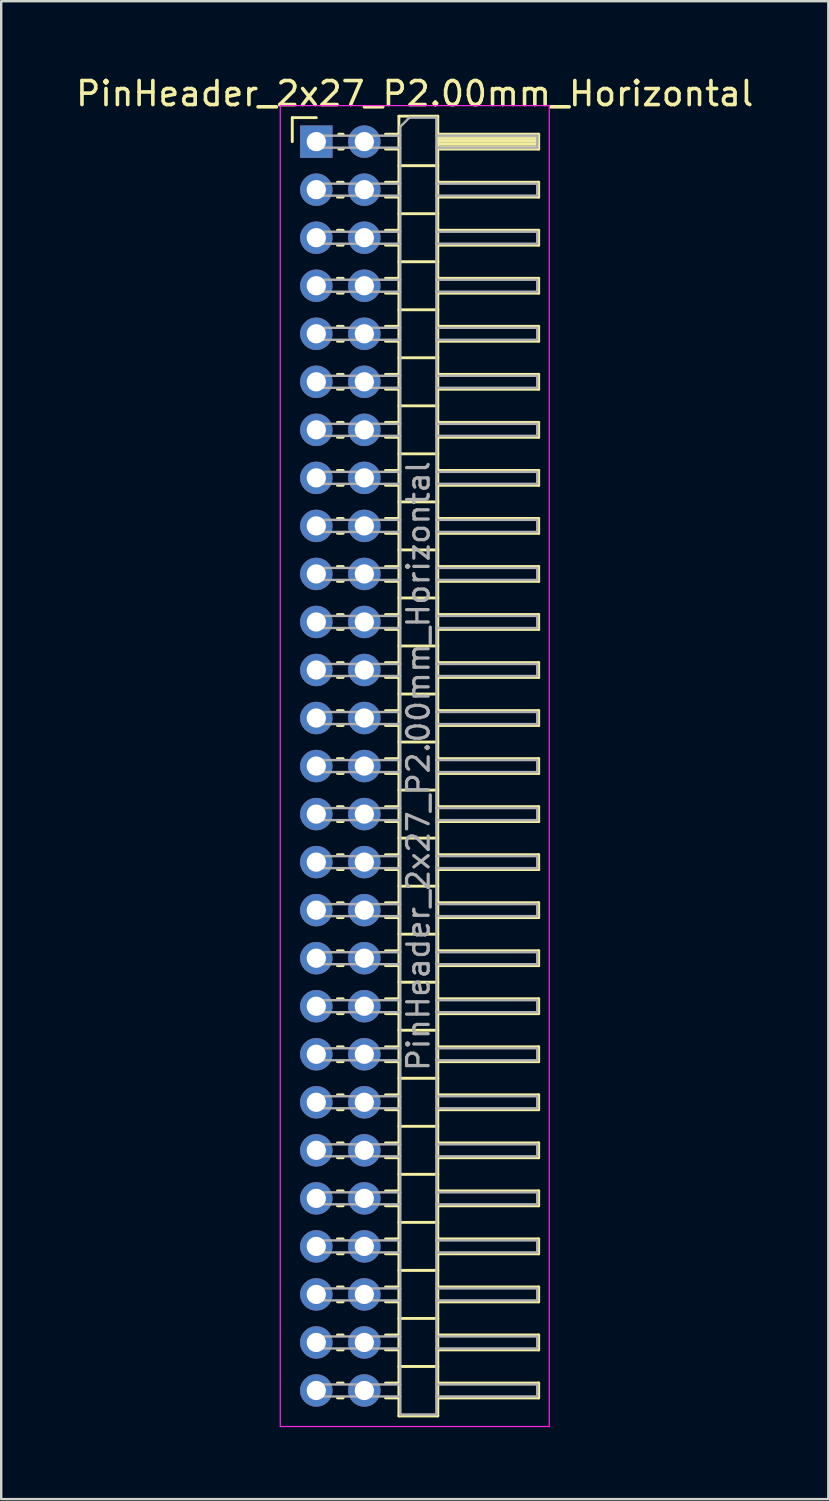
<source format=kicad_pcb>
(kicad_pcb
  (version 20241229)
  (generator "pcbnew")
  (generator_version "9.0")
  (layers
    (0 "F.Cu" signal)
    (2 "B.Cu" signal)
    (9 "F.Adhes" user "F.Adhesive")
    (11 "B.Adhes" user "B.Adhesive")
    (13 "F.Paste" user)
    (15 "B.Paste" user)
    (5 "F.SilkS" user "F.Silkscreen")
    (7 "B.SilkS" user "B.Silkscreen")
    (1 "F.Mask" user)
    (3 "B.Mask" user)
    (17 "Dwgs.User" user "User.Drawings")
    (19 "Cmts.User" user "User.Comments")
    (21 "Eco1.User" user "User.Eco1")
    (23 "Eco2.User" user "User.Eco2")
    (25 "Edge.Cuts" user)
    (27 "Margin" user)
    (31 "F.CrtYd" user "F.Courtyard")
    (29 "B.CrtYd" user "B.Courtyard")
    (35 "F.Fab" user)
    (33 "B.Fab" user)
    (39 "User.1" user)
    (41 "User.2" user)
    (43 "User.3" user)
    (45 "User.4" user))
  (footprint "PinHeader_2x27_P2.00mm_Horizontal"
    (layer "F.Cu")
    (at 10.12 2.848)
    (property "Reference" "PinHeader_2x27_P2.00mm_Horizontal" (at 4.1 -2 0) (layer "F.SilkS") (effects (font (size 1 1) (thickness 0.15))))
    (attr through_hole)
    (fp_line (start -1 -1) (end 0 -1) (stroke (width 0.12) (type solid)) (layer "F.SilkS"))
    (fp_line (start -1 0) (end -1 -1) (stroke (width 0.12) (type solid)) (layer "F.SilkS"))
    (fp_line (start 0.882 1.69) (end 1.118 1.69) (stroke (width 0.12) (type solid)) (layer "F.SilkS"))
    (fp_line (start 0.882 2.31) (end 1.118 2.31) (stroke (width 0.12) (type solid)) (layer "F.SilkS"))
    (fp_line (start 0.882 3.69) (end 1.118 3.69) (stroke (width 0.12) (type solid)) (layer "F.SilkS"))
    (fp_line (start 0.882 4.31) (end 1.118 4.31) (stroke (width 0.12) (type solid)) (layer "F.SilkS"))
    (fp_line (start 0.882 5.69) (end 1.118 5.69) (stroke (width 0.12) (type solid)) (layer "F.SilkS"))
    (fp_line (start 0.882 6.31) (end 1.118 6.31) (stroke (width 0.12) (type solid)) (layer "F.SilkS"))
    (fp_line (start 0.882 7.69) (end 1.118 7.69) (stroke (width 0.12) (type solid)) (layer "F.SilkS"))
    (fp_line (start 0.882 8.31) (end 1.118 8.31) (stroke (width 0.12) (type solid)) (layer "F.SilkS"))
    (fp_line (start 0.882 9.69) (end 1.118 9.69) (stroke (width 0.12) (type solid)) (layer "F.SilkS"))
    (fp_line (start 0.882 10.31) (end 1.118 10.31) (stroke (width 0.12) (type solid)) (layer "F.SilkS"))
    (fp_line (start 0.882 11.69) (end 1.118 11.69) (stroke (width 0.12) (type solid)) (layer "F.SilkS"))
    (fp_line (start 0.882 12.31) (end 1.118 12.31) (stroke (width 0.12) (type solid)) (layer "F.SilkS"))
    (fp_line (start 0.882 13.69) (end 1.118 13.69) (stroke (width 0.12) (type solid)) (layer "F.SilkS"))
    (fp_line (start 0.882 14.31) (end 1.118 14.31) (stroke (width 0.12) (type solid)) (layer "F.SilkS"))
    (fp_line (start 0.882 15.69) (end 1.118 15.69) (stroke (width 0.12) (type solid)) (layer "F.SilkS"))
    (fp_line (start 0.882 16.31) (end 1.118 16.31) (stroke (width 0.12) (type solid)) (layer "F.SilkS"))
    (fp_line (start 0.882 17.69) (end 1.118 17.69) (stroke (width 0.12) (type solid)) (layer "F.SilkS"))
    (fp_line (start 0.882 18.31) (end 1.118 18.31) (stroke (width 0.12) (type solid)) (layer "F.SilkS"))
    (fp_line (start 0.882 19.69) (end 1.118 19.69) (stroke (width 0.12) (type solid)) (layer "F.SilkS"))
    (fp_line (start 0.882 20.31) (end 1.118 20.31) (stroke (width 0.12) (type solid)) (layer "F.SilkS"))
    (fp_line (start 0.882 21.69) (end 1.118 21.69) (stroke (width 0.12) (type solid)) (layer "F.SilkS"))
    (fp_line (start 0.882 22.31) (end 1.118 22.31) (stroke (width 0.12) (type solid)) (layer "F.SilkS"))
    (fp_line (start 0.882 23.69) (end 1.118 23.69) (stroke (width 0.12) (type solid)) (layer "F.SilkS"))
    (fp_line (start 0.882 24.31) (end 1.118 24.31) (stroke (width 0.12) (type solid)) (layer "F.SilkS"))
    (fp_line (start 0.882 25.69) (end 1.118 25.69) (stroke (width 0.12) (type solid)) (layer "F.SilkS"))
    (fp_line (start 0.882 26.31) (end 1.118 26.31) (stroke (width 0.12) (type solid)) (layer "F.SilkS"))
    (fp_line (start 0.882 27.69) (end 1.118 27.69) (stroke (width 0.12) (type solid)) (layer "F.SilkS"))
    (fp_line (start 0.882 28.31) (end 1.118 28.31) (stroke (width 0.12) (type solid)) (layer "F.SilkS"))
    (fp_line (start 0.882 29.69) (end 1.118 29.69) (stroke (width 0.12) (type solid)) (layer "F.SilkS"))
    (fp_line (start 0.882 30.31) (end 1.118 30.31) (stroke (width 0.12) (type solid)) (layer "F.SilkS"))
    (fp_line (start 0.882 31.69) (end 1.118 31.69) (stroke (width 0.12) (type solid)) (layer "F.SilkS"))
    (fp_line (start 0.882 32.31) (end 1.118 32.31) (stroke (width 0.12) (type solid)) (layer "F.SilkS"))
    (fp_line (start 0.882 33.69) (end 1.118 33.69) (stroke (width 0.12) (type solid)) (layer "F.SilkS"))
    (fp_line (start 0.882 34.31) (end 1.118 34.31) (stroke (width 0.12) (type solid)) (layer "F.SilkS"))
    (fp_line (start 0.882 35.69) (end 1.118 35.69) (stroke (width 0.12) (type solid)) (layer "F.SilkS"))
    (fp_line (start 0.882 36.31) (end 1.118 36.31) (stroke (width 0.12) (type solid)) (layer "F.SilkS"))
    (fp_line (start 0.882 37.69) (end 1.118 37.69) (stroke (width 0.12) (type solid)) (layer "F.SilkS"))
    (fp_line (start 0.882 38.31) (end 1.118 38.31) (stroke (width 0.12) (type solid)) (layer "F.SilkS"))
    (fp_line (start 0.882 39.69) (end 1.118 39.69) (stroke (width 0.12) (type solid)) (layer "F.SilkS"))
    (fp_line (start 0.882 40.31) (end 1.118 40.31) (stroke (width 0.12) (type solid)) (layer "F.SilkS"))
    (fp_line (start 0.882 41.69) (end 1.118 41.69) (stroke (width 0.12) (type solid)) (layer "F.SilkS"))
    (fp_line (start 0.882 42.31) (end 1.118 42.31) (stroke (width 0.12) (type solid)) (layer "F.SilkS"))
    (fp_line (start 0.882 43.69) (end 1.118 43.69) (stroke (width 0.12) (type solid)) (layer "F.SilkS"))
    (fp_line (start 0.882 44.31) (end 1.118 44.31) (stroke (width 0.12) (type solid)) (layer "F.SilkS"))
    (fp_line (start 0.882 45.69) (end 1.118 45.69) (stroke (width 0.12) (type solid)) (layer "F.SilkS"))
    (fp_line (start 0.882 46.31) (end 1.118 46.31) (stroke (width 0.12) (type solid)) (layer "F.SilkS"))
    (fp_line (start 0.882 47.69) (end 1.118 47.69) (stroke (width 0.12) (type solid)) (layer "F.SilkS"))
    (fp_line (start 0.882 48.31) (end 1.118 48.31) (stroke (width 0.12) (type solid)) (layer "F.SilkS"))
    (fp_line (start 0.882 49.69) (end 1.118 49.69) (stroke (width 0.12) (type solid)) (layer "F.SilkS"))
    (fp_line (start 0.882 50.31) (end 1.118 50.31) (stroke (width 0.12) (type solid)) (layer "F.SilkS"))
    (fp_line (start 0.882 51.69) (end 1.118 51.69) (stroke (width 0.12) (type solid)) (layer "F.SilkS"))
    (fp_line (start 0.882 52.31) (end 1.118 52.31) (stroke (width 0.12) (type solid)) (layer "F.SilkS"))
    (fp_line (start 0.935 -0.31) (end 1.118 -0.31) (stroke (width 0.12) (type solid)) (layer "F.SilkS"))
    (fp_line (start 0.935 0.31) (end 1.118 0.31) (stroke (width 0.12) (type solid)) (layer "F.SilkS"))
    (fp_line (start 2.882 -0.31) (end 3.44 -0.31) (stroke (width 0.12) (type solid)) (layer "F.SilkS"))
    (fp_line (start 2.882 0.31) (end 3.44 0.31) (stroke (width 0.12) (type solid)) (layer "F.SilkS"))
    (fp_line (start 2.882 1.69) (end 3.44 1.69) (stroke (width 0.12) (type solid)) (layer "F.SilkS"))
    (fp_line (start 2.882 2.31) (end 3.44 2.31) (stroke (width 0.12) (type solid)) (layer "F.SilkS"))
    (fp_line (start 2.882 3.69) (end 3.44 3.69) (stroke (width 0.12) (type solid)) (layer "F.SilkS"))
    (fp_line (start 2.882 4.31) (end 3.44 4.31) (stroke (width 0.12) (type solid)) (layer "F.SilkS"))
    (fp_line (start 2.882 5.69) (end 3.44 5.69) (stroke (width 0.12) (type solid)) (layer "F.SilkS"))
    (fp_line (start 2.882 6.31) (end 3.44 6.31) (stroke (width 0.12) (type solid)) (layer "F.SilkS"))
    (fp_line (start 2.882 7.69) (end 3.44 7.69) (stroke (width 0.12) (type solid)) (layer "F.SilkS"))
    (fp_line (start 2.882 8.31) (end 3.44 8.31) (stroke (width 0.12) (type solid)) (layer "F.SilkS"))
    (fp_line (start 2.882 9.69) (end 3.44 9.69) (stroke (width 0.12) (type solid)) (layer "F.SilkS"))
    (fp_line (start 2.882 10.31) (end 3.44 10.31) (stroke (width 0.12) (type solid)) (layer "F.SilkS"))
    (fp_line (start 2.882 11.69) (end 3.44 11.69) (stroke (width 0.12) (type solid)) (layer "F.SilkS"))
    (fp_line (start 2.882 12.31) (end 3.44 12.31) (stroke (width 0.12) (type solid)) (layer "F.SilkS"))
    (fp_line (start 2.882 13.69) (end 3.44 13.69) (stroke (width 0.12) (type solid)) (layer "F.SilkS"))
    (fp_line (start 2.882 14.31) (end 3.44 14.31) (stroke (width 0.12) (type solid)) (layer "F.SilkS"))
    (fp_line (start 2.882 15.69) (end 3.44 15.69) (stroke (width 0.12) (type solid)) (layer "F.SilkS"))
    (fp_line (start 2.882 16.31) (end 3.44 16.31) (stroke (width 0.12) (type solid)) (layer "F.SilkS"))
    (fp_line (start 2.882 17.69) (end 3.44 17.69) (stroke (width 0.12) (type solid)) (layer "F.SilkS"))
    (fp_line (start 2.882 18.31) (end 3.44 18.31) (stroke (width 0.12) (type solid)) (layer "F.SilkS"))
    (fp_line (start 2.882 19.69) (end 3.44 19.69) (stroke (width 0.12) (type solid)) (layer "F.SilkS"))
    (fp_line (start 2.882 20.31) (end 3.44 20.31) (stroke (width 0.12) (type solid)) (layer "F.SilkS"))
    (fp_line (start 2.882 21.69) (end 3.44 21.69) (stroke (width 0.12) (type solid)) (layer "F.SilkS"))
    (fp_line (start 2.882 22.31) (end 3.44 22.31) (stroke (width 0.12) (type solid)) (layer "F.SilkS"))
    (fp_line (start 2.882 23.69) (end 3.44 23.69) (stroke (width 0.12) (type solid)) (layer "F.SilkS"))
    (fp_line (start 2.882 24.31) (end 3.44 24.31) (stroke (width 0.12) (type solid)) (layer "F.SilkS"))
    (fp_line (start 2.882 25.69) (end 3.44 25.69) (stroke (width 0.12) (type solid)) (layer "F.SilkS"))
    (fp_line (start 2.882 26.31) (end 3.44 26.31) (stroke (width 0.12) (type solid)) (layer "F.SilkS"))
    (fp_line (start 2.882 27.69) (end 3.44 27.69) (stroke (width 0.12) (type solid)) (layer "F.SilkS"))
    (fp_line (start 2.882 28.31) (end 3.44 28.31) (stroke (width 0.12) (type solid)) (layer "F.SilkS"))
    (fp_line (start 2.882 29.69) (end 3.44 29.69) (stroke (width 0.12) (type solid)) (layer "F.SilkS"))
    (fp_line (start 2.882 30.31) (end 3.44 30.31) (stroke (width 0.12) (type solid)) (layer "F.SilkS"))
    (fp_line (start 2.882 31.69) (end 3.44 31.69) (stroke (width 0.12) (type solid)) (layer "F.SilkS"))
    (fp_line (start 2.882 32.31) (end 3.44 32.31) (stroke (width 0.12) (type solid)) (layer "F.SilkS"))
    (fp_line (start 2.882 33.69) (end 3.44 33.69) (stroke (width 0.12) (type solid)) (layer "F.SilkS"))
    (fp_line (start 2.882 34.31) (end 3.44 34.31) (stroke (width 0.12) (type solid)) (layer "F.SilkS"))
    (fp_line (start 2.882 35.69) (end 3.44 35.69) (stroke (width 0.12) (type solid)) (layer "F.SilkS"))
    (fp_line (start 2.882 36.31) (end 3.44 36.31) (stroke (width 0.12) (type solid)) (layer "F.SilkS"))
    (fp_line (start 2.882 37.69) (end 3.44 37.69) (stroke (width 0.12) (type solid)) (layer "F.SilkS"))
    (fp_line (start 2.882 38.31) (end 3.44 38.31) (stroke (width 0.12) (type solid)) (layer "F.SilkS"))
    (fp_line (start 2.882 39.69) (end 3.44 39.69) (stroke (width 0.12) (type solid)) (layer "F.SilkS"))
    (fp_line (start 2.882 40.31) (end 3.44 40.31) (stroke (width 0.12) (type solid)) (layer "F.SilkS"))
    (fp_line (start 2.882 41.69) (end 3.44 41.69) (stroke (width 0.12) (type solid)) (layer "F.SilkS"))
    (fp_line (start 2.882 42.31) (end 3.44 42.31) (stroke (width 0.12) (type solid)) (layer "F.SilkS"))
    (fp_line (start 2.882 43.69) (end 3.44 43.69) (stroke (width 0.12) (type solid)) (layer "F.SilkS"))
    (fp_line (start 2.882 44.31) (end 3.44 44.31) (stroke (width 0.12) (type solid)) (layer "F.SilkS"))
    (fp_line (start 2.882 45.69) (end 3.44 45.69) (stroke (width 0.12) (type solid)) (layer "F.SilkS"))
    (fp_line (start 2.882 46.31) (end 3.44 46.31) (stroke (width 0.12) (type solid)) (layer "F.SilkS"))
    (fp_line (start 2.882 47.69) (end 3.44 47.69) (stroke (width 0.12) (type solid)) (layer "F.SilkS"))
    (fp_line (start 2.882 48.31) (end 3.44 48.31) (stroke (width 0.12) (type solid)) (layer "F.SilkS"))
    (fp_line (start 2.882 49.69) (end 3.44 49.69) (stroke (width 0.12) (type solid)) (layer "F.SilkS"))
    (fp_line (start 2.882 50.31) (end 3.44 50.31) (stroke (width 0.12) (type solid)) (layer "F.SilkS"))
    (fp_line (start 2.882 51.69) (end 3.44 51.69) (stroke (width 0.12) (type solid)) (layer "F.SilkS"))
    (fp_line (start 2.882 52.31) (end 3.44 52.31) (stroke (width 0.12) (type solid)) (layer "F.SilkS"))
    (fp_line (start 3.44 -1.06) (end 3.44 53.06) (stroke (width 0.12) (type solid)) (layer "F.SilkS"))
    (fp_line (start 3.44 1) (end 5.06 1) (stroke (width 0.12) (type solid)) (layer "F.SilkS"))
    (fp_line (start 3.44 3) (end 5.06 3) (stroke (width 0.12) (type solid)) (layer "F.SilkS"))
    (fp_line (start 3.44 5) (end 5.06 5) (stroke (width 0.12) (type solid)) (layer "F.SilkS"))
    (fp_line (start 3.44 7) (end 5.06 7) (stroke (width 0.12) (type solid)) (layer "F.SilkS"))
    (fp_line (start 3.44 9) (end 5.06 9) (stroke (width 0.12) (type solid)) (layer "F.SilkS"))
    (fp_line (start 3.44 11) (end 5.06 11) (stroke (width 0.12) (type solid)) (layer "F.SilkS"))
    (fp_line (start 3.44 13) (end 5.06 13) (stroke (width 0.12) (type solid)) (layer "F.SilkS"))
    (fp_line (start 3.44 15) (end 5.06 15) (stroke (width 0.12) (type solid)) (layer "F.SilkS"))
    (fp_line (start 3.44 17) (end 5.06 17) (stroke (width 0.12) (type solid)) (layer "F.SilkS"))
    (fp_line (start 3.44 19) (end 5.06 19) (stroke (width 0.12) (type solid)) (layer "F.SilkS"))
    (fp_line (start 3.44 21) (end 5.06 21) (stroke (width 0.12) (type solid)) (layer "F.SilkS"))
    (fp_line (start 3.44 23) (end 5.06 23) (stroke (width 0.12) (type solid)) (layer "F.SilkS"))
    (fp_line (start 3.44 25) (end 5.06 25) (stroke (width 0.12) (type solid)) (layer "F.SilkS"))
    (fp_line (start 3.44 27) (end 5.06 27) (stroke (width 0.12) (type solid)) (layer "F.SilkS"))
    (fp_line (start 3.44 29) (end 5.06 29) (stroke (width 0.12) (type solid)) (layer "F.SilkS"))
    (fp_line (start 3.44 31) (end 5.06 31) (stroke (width 0.12) (type solid)) (layer "F.SilkS"))
    (fp_line (start 3.44 33) (end 5.06 33) (stroke (width 0.12) (type solid)) (layer "F.SilkS"))
    (fp_line (start 3.44 35) (end 5.06 35) (stroke (width 0.12) (type solid)) (layer "F.SilkS"))
    (fp_line (start 3.44 37) (end 5.06 37) (stroke (width 0.12) (type solid)) (layer "F.SilkS"))
    (fp_line (start 3.44 39) (end 5.06 39) (stroke (width 0.12) (type solid)) (layer "F.SilkS"))
    (fp_line (start 3.44 41) (end 5.06 41) (stroke (width 0.12) (type solid)) (layer "F.SilkS"))
    (fp_line (start 3.44 43) (end 5.06 43) (stroke (width 0.12) (type solid)) (layer "F.SilkS"))
    (fp_line (start 3.44 45) (end 5.06 45) (stroke (width 0.12) (type solid)) (layer "F.SilkS"))
    (fp_line (start 3.44 47) (end 5.06 47) (stroke (width 0.12) (type solid)) (layer "F.SilkS"))
    (fp_line (start 3.44 49) (end 5.06 49) (stroke (width 0.12) (type solid)) (layer "F.SilkS"))
    (fp_line (start 3.44 51) (end 5.06 51) (stroke (width 0.12) (type solid)) (layer "F.SilkS"))
    (fp_line (start 3.44 53.06) (end 5.06 53.06) (stroke (width 0.12) (type solid)) (layer "F.SilkS"))
    (fp_line (start 5.06 -1.06) (end 3.44 -1.06) (stroke (width 0.12) (type solid)) (layer "F.SilkS"))
    (fp_line (start 5.06 -0.31) (end 9.26 -0.31) (stroke (width 0.12) (type solid)) (layer "F.SilkS"))
    (fp_line (start 5.06 -0.25) (end 9.26 -0.25) (stroke (width 0.12) (type solid)) (layer "F.SilkS"))
    (fp_line (start 5.06 -0.13) (end 9.26 -0.13) (stroke (width 0.12) (type solid)) (layer "F.SilkS"))
    (fp_line (start 5.06 -0.01) (end 9.26 -0.01) (stroke (width 0.12) (type solid)) (layer "F.SilkS"))
    (fp_line (start 5.06 0.11) (end 9.26 0.11) (stroke (width 0.12) (type solid)) (layer "F.SilkS"))
    (fp_line (start 5.06 0.23) (end 9.26 0.23) (stroke (width 0.12) (type solid)) (layer "F.SilkS"))
    (fp_line (start 5.06 1.69) (end 9.26 1.69) (stroke (width 0.12) (type solid)) (layer "F.SilkS"))
    (fp_line (start 5.06 3.69) (end 9.26 3.69) (stroke (width 0.12) (type solid)) (layer "F.SilkS"))
    (fp_line (start 5.06 5.69) (end 9.26 5.69) (stroke (width 0.12) (type solid)) (layer "F.SilkS"))
    (fp_line (start 5.06 7.69) (end 9.26 7.69) (stroke (width 0.12) (type solid)) (layer "F.SilkS"))
    (fp_line (start 5.06 9.69) (end 9.26 9.69) (stroke (width 0.12) (type solid)) (layer "F.SilkS"))
    (fp_line (start 5.06 11.69) (end 9.26 11.69) (stroke (width 0.12) (type solid)) (layer "F.SilkS"))
    (fp_line (start 5.06 13.69) (end 9.26 13.69) (stroke (width 0.12) (type solid)) (layer "F.SilkS"))
    (fp_line (start 5.06 15.69) (end 9.26 15.69) (stroke (width 0.12) (type solid)) (layer "F.SilkS"))
    (fp_line (start 5.06 17.69) (end 9.26 17.69) (stroke (width 0.12) (type solid)) (layer "F.SilkS"))
    (fp_line (start 5.06 19.69) (end 9.26 19.69) (stroke (width 0.12) (type solid)) (layer "F.SilkS"))
    (fp_line (start 5.06 21.69) (end 9.26 21.69) (stroke (width 0.12) (type solid)) (layer "F.SilkS"))
    (fp_line (start 5.06 23.69) (end 9.26 23.69) (stroke (width 0.12) (type solid)) (layer "F.SilkS"))
    (fp_line (start 5.06 25.69) (end 9.26 25.69) (stroke (width 0.12) (type solid)) (layer "F.SilkS"))
    (fp_line (start 5.06 27.69) (end 9.26 27.69) (stroke (width 0.12) (type solid)) (layer "F.SilkS"))
    (fp_line (start 5.06 29.69) (end 9.26 29.69) (stroke (width 0.12) (type solid)) (layer "F.SilkS"))
    (fp_line (start 5.06 31.69) (end 9.26 31.69) (stroke (width 0.12) (type solid)) (layer "F.SilkS"))
    (fp_line (start 5.06 33.69) (end 9.26 33.69) (stroke (width 0.12) (type solid)) (layer "F.SilkS"))
    (fp_line (start 5.06 35.69) (end 9.26 35.69) (stroke (width 0.12) (type solid)) (layer "F.SilkS"))
    (fp_line (start 5.06 37.69) (end 9.26 37.69) (stroke (width 0.12) (type solid)) (layer "F.SilkS"))
    (fp_line (start 5.06 39.69) (end 9.26 39.69) (stroke (width 0.12) (type solid)) (layer "F.SilkS"))
    (fp_line (start 5.06 41.69) (end 9.26 41.69) (stroke (width 0.12) (type solid)) (layer "F.SilkS"))
    (fp_line (start 5.06 43.69) (end 9.26 43.69) (stroke (width 0.12) (type solid)) (layer "F.SilkS"))
    (fp_line (start 5.06 45.69) (end 9.26 45.69) (stroke (width 0.12) (type solid)) (layer "F.SilkS"))
    (fp_line (start 5.06 47.69) (end 9.26 47.69) (stroke (width 0.12) (type solid)) (layer "F.SilkS"))
    (fp_line (start 5.06 49.69) (end 9.26 49.69) (stroke (width 0.12) (type solid)) (layer "F.SilkS"))
    (fp_line (start 5.06 51.69) (end 9.26 51.69) (stroke (width 0.12) (type solid)) (layer "F.SilkS"))
    (fp_line (start 5.06 53.06) (end 5.06 -1.06) (stroke (width 0.12) (type solid)) (layer "F.SilkS"))
    (fp_line (start 9.26 -0.31) (end 9.26 0.31) (stroke (width 0.12) (type solid)) (layer "F.SilkS"))
    (fp_line (start 9.26 0.31) (end 5.06 0.31) (stroke (width 0.12) (type solid)) (layer "F.SilkS"))
    (fp_line (start 9.26 1.69) (end 9.26 2.31) (stroke (width 0.12) (type solid)) (layer "F.SilkS"))
    (fp_line (start 9.26 2.31) (end 5.06 2.31) (stroke (width 0.12) (type solid)) (layer "F.SilkS"))
    (fp_line (start 9.26 3.69) (end 9.26 4.31) (stroke (width 0.12) (type solid)) (layer "F.SilkS"))
    (fp_line (start 9.26 4.31) (end 5.06 4.31) (stroke (width 0.12) (type solid)) (layer "F.SilkS"))
    (fp_line (start 9.26 5.69) (end 9.26 6.31) (stroke (width 0.12) (type solid)) (layer "F.SilkS"))
    (fp_line (start 9.26 6.31) (end 5.06 6.31) (stroke (width 0.12) (type solid)) (layer "F.SilkS"))
    (fp_line (start 9.26 7.69) (end 9.26 8.31) (stroke (width 0.12) (type solid)) (layer "F.SilkS"))
    (fp_line (start 9.26 8.31) (end 5.06 8.31) (stroke (width 0.12) (type solid)) (layer "F.SilkS"))
    (fp_line (start 9.26 9.69) (end 9.26 10.31) (stroke (width 0.12) (type solid)) (layer "F.SilkS"))
    (fp_line (start 9.26 10.31) (end 5.06 10.31) (stroke (width 0.12) (type solid)) (layer "F.SilkS"))
    (fp_line (start 9.26 11.69) (end 9.26 12.31) (stroke (width 0.12) (type solid)) (layer "F.SilkS"))
    (fp_line (start 9.26 12.31) (end 5.06 12.31) (stroke (width 0.12) (type solid)) (layer "F.SilkS"))
    (fp_line (start 9.26 13.69) (end 9.26 14.31) (stroke (width 0.12) (type solid)) (layer "F.SilkS"))
    (fp_line (start 9.26 14.31) (end 5.06 14.31) (stroke (width 0.12) (type solid)) (layer "F.SilkS"))
    (fp_line (start 9.26 15.69) (end 9.26 16.31) (stroke (width 0.12) (type solid)) (layer "F.SilkS"))
    (fp_line (start 9.26 16.31) (end 5.06 16.31) (stroke (width 0.12) (type solid)) (layer "F.SilkS"))
    (fp_line (start 9.26 17.69) (end 9.26 18.31) (stroke (width 0.12) (type solid)) (layer "F.SilkS"))
    (fp_line (start 9.26 18.31) (end 5.06 18.31) (stroke (width 0.12) (type solid)) (layer "F.SilkS"))
    (fp_line (start 9.26 19.69) (end 9.26 20.31) (stroke (width 0.12) (type solid)) (layer "F.SilkS"))
    (fp_line (start 9.26 20.31) (end 5.06 20.31) (stroke (width 0.12) (type solid)) (layer "F.SilkS"))
    (fp_line (start 9.26 21.69) (end 9.26 22.31) (stroke (width 0.12) (type solid)) (layer "F.SilkS"))
    (fp_line (start 9.26 22.31) (end 5.06 22.31) (stroke (width 0.12) (type solid)) (layer "F.SilkS"))
    (fp_line (start 9.26 23.69) (end 9.26 24.31) (stroke (width 0.12) (type solid)) (layer "F.SilkS"))
    (fp_line (start 9.26 24.31) (end 5.06 24.31) (stroke (width 0.12) (type solid)) (layer "F.SilkS"))
    (fp_line (start 9.26 25.69) (end 9.26 26.31) (stroke (width 0.12) (type solid)) (layer "F.SilkS"))
    (fp_line (start 9.26 26.31) (end 5.06 26.31) (stroke (width 0.12) (type solid)) (layer "F.SilkS"))
    (fp_line (start 9.26 27.69) (end 9.26 28.31) (stroke (width 0.12) (type solid)) (layer "F.SilkS"))
    (fp_line (start 9.26 28.31) (end 5.06 28.31) (stroke (width 0.12) (type solid)) (layer "F.SilkS"))
    (fp_line (start 9.26 29.69) (end 9.26 30.31) (stroke (width 0.12) (type solid)) (layer "F.SilkS"))
    (fp_line (start 9.26 30.31) (end 5.06 30.31) (stroke (width 0.12) (type solid)) (layer "F.SilkS"))
    (fp_line (start 9.26 31.69) (end 9.26 32.31) (stroke (width 0.12) (type solid)) (layer "F.SilkS"))
    (fp_line (start 9.26 32.31) (end 5.06 32.31) (stroke (width 0.12) (type solid)) (layer "F.SilkS"))
    (fp_line (start 9.26 33.69) (end 9.26 34.31) (stroke (width 0.12) (type solid)) (layer "F.SilkS"))
    (fp_line (start 9.26 34.31) (end 5.06 34.31) (stroke (width 0.12) (type solid)) (layer "F.SilkS"))
    (fp_line (start 9.26 35.69) (end 9.26 36.31) (stroke (width 0.12) (type solid)) (layer "F.SilkS"))
    (fp_line (start 9.26 36.31) (end 5.06 36.31) (stroke (width 0.12) (type solid)) (layer "F.SilkS"))
    (fp_line (start 9.26 37.69) (end 9.26 38.31) (stroke (width 0.12) (type solid)) (layer "F.SilkS"))
    (fp_line (start 9.26 38.31) (end 5.06 38.31) (stroke (width 0.12) (type solid)) (layer "F.SilkS"))
    (fp_line (start 9.26 39.69) (end 9.26 40.31) (stroke (width 0.12) (type solid)) (layer "F.SilkS"))
    (fp_line (start 9.26 40.31) (end 5.06 40.31) (stroke (width 0.12) (type solid)) (layer "F.SilkS"))
    (fp_line (start 9.26 41.69) (end 9.26 42.31) (stroke (width 0.12) (type solid)) (layer "F.SilkS"))
    (fp_line (start 9.26 42.31) (end 5.06 42.31) (stroke (width 0.12) (type solid)) (layer "F.SilkS"))
    (fp_line (start 9.26 43.69) (end 9.26 44.31) (stroke (width 0.12) (type solid)) (layer "F.SilkS"))
    (fp_line (start 9.26 44.31) (end 5.06 44.31) (stroke (width 0.12) (type solid)) (layer "F.SilkS"))
    (fp_line (start 9.26 45.69) (end 9.26 46.31) (stroke (width 0.12) (type solid)) (layer "F.SilkS"))
    (fp_line (start 9.26 46.31) (end 5.06 46.31) (stroke (width 0.12) (type solid)) (layer "F.SilkS"))
    (fp_line (start 9.26 47.69) (end 9.26 48.31) (stroke (width 0.12) (type solid)) (layer "F.SilkS"))
    (fp_line (start 9.26 48.31) (end 5.06 48.31) (stroke (width 0.12) (type solid)) (layer "F.SilkS"))
    (fp_line (start 9.26 49.69) (end 9.26 50.31) (stroke (width 0.12) (type solid)) (layer "F.SilkS"))
    (fp_line (start 9.26 50.31) (end 5.06 50.31) (stroke (width 0.12) (type solid)) (layer "F.SilkS"))
    (fp_line (start 9.26 51.69) (end 9.26 52.31) (stroke (width 0.12) (type solid)) (layer "F.SilkS"))
    (fp_line (start 9.26 52.31) (end 5.06 52.31) (stroke (width 0.12) (type solid)) (layer "F.SilkS"))
    (fp_line (start -1.5 -1.5) (end -1.5 53.5) (stroke (width 0.05) (type solid)) (layer "F.CrtYd"))
    (fp_line (start -1.5 53.5) (end 9.7 53.5) (stroke (width 0.05) (type solid)) (layer "F.CrtYd"))
    (fp_line (start 9.7 -1.5) (end -1.5 -1.5) (stroke (width 0.05) (type solid)) (layer "F.CrtYd"))
    (fp_line (start 9.7 53.5) (end 9.7 -1.5) (stroke (width 0.05) (type solid)) (layer "F.CrtYd"))
    (fp_line (start -0.25 -0.25) (end -0.25 0.25) (stroke (width 0.1) (type solid)) (layer "F.Fab"))
    (fp_line (start -0.25 -0.25) (end 3.5 -0.25) (stroke (width 0.1) (type solid)) (layer "F.Fab"))
    (fp_line (start -0.25 0.25) (end 3.5 0.25) (stroke (width 0.1) (type solid)) (layer "F.Fab"))
    (fp_line (start -0.25 1.75) (end -0.25 2.25) (stroke (width 0.1) (type solid)) (layer "F.Fab"))
    (fp_line (start -0.25 1.75) (end 3.5 1.75) (stroke (width 0.1) (type solid)) (layer "F.Fab"))
    (fp_line (start -0.25 2.25) (end 3.5 2.25) (stroke (width 0.1) (type solid)) (layer "F.Fab"))
    (fp_line (start -0.25 3.75) (end -0.25 4.25) (stroke (width 0.1) (type solid)) (layer "F.Fab"))
    (fp_line (start -0.25 3.75) (end 3.5 3.75) (stroke (width 0.1) (type solid)) (layer "F.Fab"))
    (fp_line (start -0.25 4.25) (end 3.5 4.25) (stroke (width 0.1) (type solid)) (layer "F.Fab"))
    (fp_line (start -0.25 5.75) (end -0.25 6.25) (stroke (width 0.1) (type solid)) (layer "F.Fab"))
    (fp_line (start -0.25 5.75) (end 3.5 5.75) (stroke (width 0.1) (type solid)) (layer "F.Fab"))
    (fp_line (start -0.25 6.25) (end 3.5 6.25) (stroke (width 0.1) (type solid)) (layer "F.Fab"))
    (fp_line (start -0.25 7.75) (end -0.25 8.25) (stroke (width 0.1) (type solid)) (layer "F.Fab"))
    (fp_line (start -0.25 7.75) (end 3.5 7.75) (stroke (width 0.1) (type solid)) (layer "F.Fab"))
    (fp_line (start -0.25 8.25) (end 3.5 8.25) (stroke (width 0.1) (type solid)) (layer "F.Fab"))
    (fp_line (start -0.25 9.75) (end -0.25 10.25) (stroke (width 0.1) (type solid)) (layer "F.Fab"))
    (fp_line (start -0.25 9.75) (end 3.5 9.75) (stroke (width 0.1) (type solid)) (layer "F.Fab"))
    (fp_line (start -0.25 10.25) (end 3.5 10.25) (stroke (width 0.1) (type solid)) (layer "F.Fab"))
    (fp_line (start -0.25 11.75) (end -0.25 12.25) (stroke (width 0.1) (type solid)) (layer "F.Fab"))
    (fp_line (start -0.25 11.75) (end 3.5 11.75) (stroke (width 0.1) (type solid)) (layer "F.Fab"))
    (fp_line (start -0.25 12.25) (end 3.5 12.25) (stroke (width 0.1) (type solid)) (layer "F.Fab"))
    (fp_line (start -0.25 13.75) (end -0.25 14.25) (stroke (width 0.1) (type solid)) (layer "F.Fab"))
    (fp_line (start -0.25 13.75) (end 3.5 13.75) (stroke (width 0.1) (type solid)) (layer "F.Fab"))
    (fp_line (start -0.25 14.25) (end 3.5 14.25) (stroke (width 0.1) (type solid)) (layer "F.Fab"))
    (fp_line (start -0.25 15.75) (end -0.25 16.25) (stroke (width 0.1) (type solid)) (layer "F.Fab"))
    (fp_line (start -0.25 15.75) (end 3.5 15.75) (stroke (width 0.1) (type solid)) (layer "F.Fab"))
    (fp_line (start -0.25 16.25) (end 3.5 16.25) (stroke (width 0.1) (type solid)) (layer "F.Fab"))
    (fp_line (start -0.25 17.75) (end -0.25 18.25) (stroke (width 0.1) (type solid)) (layer "F.Fab"))
    (fp_line (start -0.25 17.75) (end 3.5 17.75) (stroke (width 0.1) (type solid)) (layer "F.Fab"))
    (fp_line (start -0.25 18.25) (end 3.5 18.25) (stroke (width 0.1) (type solid)) (layer "F.Fab"))
    (fp_line (start -0.25 19.75) (end -0.25 20.25) (stroke (width 0.1) (type solid)) (layer "F.Fab"))
    (fp_line (start -0.25 19.75) (end 3.5 19.75) (stroke (width 0.1) (type solid)) (layer "F.Fab"))
    (fp_line (start -0.25 20.25) (end 3.5 20.25) (stroke (width 0.1) (type solid)) (layer "F.Fab"))
    (fp_line (start -0.25 21.75) (end -0.25 22.25) (stroke (width 0.1) (type solid)) (layer "F.Fab"))
    (fp_line (start -0.25 21.75) (end 3.5 21.75) (stroke (width 0.1) (type solid)) (layer "F.Fab"))
    (fp_line (start -0.25 22.25) (end 3.5 22.25) (stroke (width 0.1) (type solid)) (layer "F.Fab"))
    (fp_line (start -0.25 23.75) (end -0.25 24.25) (stroke (width 0.1) (type solid)) (layer "F.Fab"))
    (fp_line (start -0.25 23.75) (end 3.5 23.75) (stroke (width 0.1) (type solid)) (layer "F.Fab"))
    (fp_line (start -0.25 24.25) (end 3.5 24.25) (stroke (width 0.1) (type solid)) (layer "F.Fab"))
    (fp_line (start -0.25 25.75) (end -0.25 26.25) (stroke (width 0.1) (type solid)) (layer "F.Fab"))
    (fp_line (start -0.25 25.75) (end 3.5 25.75) (stroke (width 0.1) (type solid)) (layer "F.Fab"))
    (fp_line (start -0.25 26.25) (end 3.5 26.25) (stroke (width 0.1) (type solid)) (layer "F.Fab"))
    (fp_line (start -0.25 27.75) (end -0.25 28.25) (stroke (width 0.1) (type solid)) (layer "F.Fab"))
    (fp_line (start -0.25 27.75) (end 3.5 27.75) (stroke (width 0.1) (type solid)) (layer "F.Fab"))
    (fp_line (start -0.25 28.25) (end 3.5 28.25) (stroke (width 0.1) (type solid)) (layer "F.Fab"))
    (fp_line (start -0.25 29.75) (end -0.25 30.25) (stroke (width 0.1) (type solid)) (layer "F.Fab"))
    (fp_line (start -0.25 29.75) (end 3.5 29.75) (stroke (width 0.1) (type solid)) (layer "F.Fab"))
    (fp_line (start -0.25 30.25) (end 3.5 30.25) (stroke (width 0.1) (type solid)) (layer "F.Fab"))
    (fp_line (start -0.25 31.75) (end -0.25 32.25) (stroke (width 0.1) (type solid)) (layer "F.Fab"))
    (fp_line (start -0.25 31.75) (end 3.5 31.75) (stroke (width 0.1) (type solid)) (layer "F.Fab"))
    (fp_line (start -0.25 32.25) (end 3.5 32.25) (stroke (width 0.1) (type solid)) (layer "F.Fab"))
    (fp_line (start -0.25 33.75) (end -0.25 34.25) (stroke (width 0.1) (type solid)) (layer "F.Fab"))
    (fp_line (start -0.25 33.75) (end 3.5 33.75) (stroke (width 0.1) (type solid)) (layer "F.Fab"))
    (fp_line (start -0.25 34.25) (end 3.5 34.25) (stroke (width 0.1) (type solid)) (layer "F.Fab"))
    (fp_line (start -0.25 35.75) (end -0.25 36.25) (stroke (width 0.1) (type solid)) (layer "F.Fab"))
    (fp_line (start -0.25 35.75) (end 3.5 35.75) (stroke (width 0.1) (type solid)) (layer "F.Fab"))
    (fp_line (start -0.25 36.25) (end 3.5 36.25) (stroke (width 0.1) (type solid)) (layer "F.Fab"))
    (fp_line (start -0.25 37.75) (end -0.25 38.25) (stroke (width 0.1) (type solid)) (layer "F.Fab"))
    (fp_line (start -0.25 37.75) (end 3.5 37.75) (stroke (width 0.1) (type solid)) (layer "F.Fab"))
    (fp_line (start -0.25 38.25) (end 3.5 38.25) (stroke (width 0.1) (type solid)) (layer "F.Fab"))
    (fp_line (start -0.25 39.75) (end -0.25 40.25) (stroke (width 0.1) (type solid)) (layer "F.Fab"))
    (fp_line (start -0.25 39.75) (end 3.5 39.75) (stroke (width 0.1) (type solid)) (layer "F.Fab"))
    (fp_line (start -0.25 40.25) (end 3.5 40.25) (stroke (width 0.1) (type solid)) (layer "F.Fab"))
    (fp_line (start -0.25 41.75) (end -0.25 42.25) (stroke (width 0.1) (type solid)) (layer "F.Fab"))
    (fp_line (start -0.25 41.75) (end 3.5 41.75) (stroke (width 0.1) (type solid)) (layer "F.Fab"))
    (fp_line (start -0.25 42.25) (end 3.5 42.25) (stroke (width 0.1) (type solid)) (layer "F.Fab"))
    (fp_line (start -0.25 43.75) (end -0.25 44.25) (stroke (width 0.1) (type solid)) (layer "F.Fab"))
    (fp_line (start -0.25 43.75) (end 3.5 43.75) (stroke (width 0.1) (type solid)) (layer "F.Fab"))
    (fp_line (start -0.25 44.25) (end 3.5 44.25) (stroke (width 0.1) (type solid)) (layer "F.Fab"))
    (fp_line (start -0.25 45.75) (end -0.25 46.25) (stroke (width 0.1) (type solid)) (layer "F.Fab"))
    (fp_line (start -0.25 45.75) (end 3.5 45.75) (stroke (width 0.1) (type solid)) (layer "F.Fab"))
    (fp_line (start -0.25 46.25) (end 3.5 46.25) (stroke (width 0.1) (type solid)) (layer "F.Fab"))
    (fp_line (start -0.25 47.75) (end -0.25 48.25) (stroke (width 0.1) (type solid)) (layer "F.Fab"))
    (fp_line (start -0.25 47.75) (end 3.5 47.75) (stroke (width 0.1) (type solid)) (layer "F.Fab"))
    (fp_line (start -0.25 48.25) (end 3.5 48.25) (stroke (width 0.1) (type solid)) (layer "F.Fab"))
    (fp_line (start -0.25 49.75) (end -0.25 50.25) (stroke (width 0.1) (type solid)) (layer "F.Fab"))
    (fp_line (start -0.25 49.75) (end 3.5 49.75) (stroke (width 0.1) (type solid)) (layer "F.Fab"))
    (fp_line (start -0.25 50.25) (end 3.5 50.25) (stroke (width 0.1) (type solid)) (layer "F.Fab"))
    (fp_line (start -0.25 51.75) (end -0.25 52.25) (stroke (width 0.1) (type solid)) (layer "F.Fab"))
    (fp_line (start -0.25 51.75) (end 3.5 51.75) (stroke (width 0.1) (type solid)) (layer "F.Fab"))
    (fp_line (start -0.25 52.25) (end 3.5 52.25) (stroke (width 0.1) (type solid)) (layer "F.Fab"))
    (fp_line (start 3.5 -0.625) (end 3.875 -1) (stroke (width 0.1) (type solid)) (layer "F.Fab"))
    (fp_line (start 3.5 53) (end 3.5 -0.625) (stroke (width 0.1) (type solid)) (layer "F.Fab"))
    (fp_line (start 3.875 -1) (end 5 -1) (stroke (width 0.1) (type solid)) (layer "F.Fab"))
    (fp_line (start 5 -1) (end 5 53) (stroke (width 0.1) (type solid)) (layer "F.Fab"))
    (fp_line (start 5 -0.25) (end 9.2 -0.25) (stroke (width 0.1) (type solid)) (layer "F.Fab"))
    (fp_line (start 5 0.25) (end 9.2 0.25) (stroke (width 0.1) (type solid)) (layer "F.Fab"))
    (fp_line (start 5 1.75) (end 9.2 1.75) (stroke (width 0.1) (type solid)) (layer "F.Fab"))
    (fp_line (start 5 2.25) (end 9.2 2.25) (stroke (width 0.1) (type solid)) (layer "F.Fab"))
    (fp_line (start 5 3.75) (end 9.2 3.75) (stroke (width 0.1) (type solid)) (layer "F.Fab"))
    (fp_line (start 5 4.25) (end 9.2 4.25) (stroke (width 0.1) (type solid)) (layer "F.Fab"))
    (fp_line (start 5 5.75) (end 9.2 5.75) (stroke (width 0.1) (type solid)) (layer "F.Fab"))
    (fp_line (start 5 6.25) (end 9.2 6.25) (stroke (width 0.1) (type solid)) (layer "F.Fab"))
    (fp_line (start 5 7.75) (end 9.2 7.75) (stroke (width 0.1) (type solid)) (layer "F.Fab"))
    (fp_line (start 5 8.25) (end 9.2 8.25) (stroke (width 0.1) (type solid)) (layer "F.Fab"))
    (fp_line (start 5 9.75) (end 9.2 9.75) (stroke (width 0.1) (type solid)) (layer "F.Fab"))
    (fp_line (start 5 10.25) (end 9.2 10.25) (stroke (width 0.1) (type solid)) (layer "F.Fab"))
    (fp_line (start 5 11.75) (end 9.2 11.75) (stroke (width 0.1) (type solid)) (layer "F.Fab"))
    (fp_line (start 5 12.25) (end 9.2 12.25) (stroke (width 0.1) (type solid)) (layer "F.Fab"))
    (fp_line (start 5 13.75) (end 9.2 13.75) (stroke (width 0.1) (type solid)) (layer "F.Fab"))
    (fp_line (start 5 14.25) (end 9.2 14.25) (stroke (width 0.1) (type solid)) (layer "F.Fab"))
    (fp_line (start 5 15.75) (end 9.2 15.75) (stroke (width 0.1) (type solid)) (layer "F.Fab"))
    (fp_line (start 5 16.25) (end 9.2 16.25) (stroke (width 0.1) (type solid)) (layer "F.Fab"))
    (fp_line (start 5 17.75) (end 9.2 17.75) (stroke (width 0.1) (type solid)) (layer "F.Fab"))
    (fp_line (start 5 18.25) (end 9.2 18.25) (stroke (width 0.1) (type solid)) (layer "F.Fab"))
    (fp_line (start 5 19.75) (end 9.2 19.75) (stroke (width 0.1) (type solid)) (layer "F.Fab"))
    (fp_line (start 5 20.25) (end 9.2 20.25) (stroke (width 0.1) (type solid)) (layer "F.Fab"))
    (fp_line (start 5 21.75) (end 9.2 21.75) (stroke (width 0.1) (type solid)) (layer "F.Fab"))
    (fp_line (start 5 22.25) (end 9.2 22.25) (stroke (width 0.1) (type solid)) (layer "F.Fab"))
    (fp_line (start 5 23.75) (end 9.2 23.75) (stroke (width 0.1) (type solid)) (layer "F.Fab"))
    (fp_line (start 5 24.25) (end 9.2 24.25) (stroke (width 0.1) (type solid)) (layer "F.Fab"))
    (fp_line (start 5 25.75) (end 9.2 25.75) (stroke (width 0.1) (type solid)) (layer "F.Fab"))
    (fp_line (start 5 26.25) (end 9.2 26.25) (stroke (width 0.1) (type solid)) (layer "F.Fab"))
    (fp_line (start 5 27.75) (end 9.2 27.75) (stroke (width 0.1) (type solid)) (layer "F.Fab"))
    (fp_line (start 5 28.25) (end 9.2 28.25) (stroke (width 0.1) (type solid)) (layer "F.Fab"))
    (fp_line (start 5 29.75) (end 9.2 29.75) (stroke (width 0.1) (type solid)) (layer "F.Fab"))
    (fp_line (start 5 30.25) (end 9.2 30.25) (stroke (width 0.1) (type solid)) (layer "F.Fab"))
    (fp_line (start 5 31.75) (end 9.2 31.75) (stroke (width 0.1) (type solid)) (layer "F.Fab"))
    (fp_line (start 5 32.25) (end 9.2 32.25) (stroke (width 0.1) (type solid)) (layer "F.Fab"))
    (fp_line (start 5 33.75) (end 9.2 33.75) (stroke (width 0.1) (type solid)) (layer "F.Fab"))
    (fp_line (start 5 34.25) (end 9.2 34.25) (stroke (width 0.1) (type solid)) (layer "F.Fab"))
    (fp_line (start 5 35.75) (end 9.2 35.75) (stroke (width 0.1) (type solid)) (layer "F.Fab"))
    (fp_line (start 5 36.25) (end 9.2 36.25) (stroke (width 0.1) (type solid)) (layer "F.Fab"))
    (fp_line (start 5 37.75) (end 9.2 37.75) (stroke (width 0.1) (type solid)) (layer "F.Fab"))
    (fp_line (start 5 38.25) (end 9.2 38.25) (stroke (width 0.1) (type solid)) (layer "F.Fab"))
    (fp_line (start 5 39.75) (end 9.2 39.75) (stroke (width 0.1) (type solid)) (layer "F.Fab"))
    (fp_line (start 5 40.25) (end 9.2 40.25) (stroke (width 0.1) (type solid)) (layer "F.Fab"))
    (fp_line (start 5 41.75) (end 9.2 41.75) (stroke (width 0.1) (type solid)) (layer "F.Fab"))
    (fp_line (start 5 42.25) (end 9.2 42.25) (stroke (width 0.1) (type solid)) (layer "F.Fab"))
    (fp_line (start 5 43.75) (end 9.2 43.75) (stroke (width 0.1) (type solid)) (layer "F.Fab"))
    (fp_line (start 5 44.25) (end 9.2 44.25) (stroke (width 0.1) (type solid)) (layer "F.Fab"))
    (fp_line (start 5 45.75) (end 9.2 45.75) (stroke (width 0.1) (type solid)) (layer "F.Fab"))
    (fp_line (start 5 46.25) (end 9.2 46.25) (stroke (width 0.1) (type solid)) (layer "F.Fab"))
    (fp_line (start 5 47.75) (end 9.2 47.75) (stroke (width 0.1) (type solid)) (layer "F.Fab"))
    (fp_line (start 5 48.25) (end 9.2 48.25) (stroke (width 0.1) (type solid)) (layer "F.Fab"))
    (fp_line (start 5 49.75) (end 9.2 49.75) (stroke (width 0.1) (type solid)) (layer "F.Fab"))
    (fp_line (start 5 50.25) (end 9.2 50.25) (stroke (width 0.1) (type solid)) (layer "F.Fab"))
    (fp_line (start 5 51.75) (end 9.2 51.75) (stroke (width 0.1) (type solid)) (layer "F.Fab"))
    (fp_line (start 5 52.25) (end 9.2 52.25) (stroke (width 0.1) (type solid)) (layer "F.Fab"))
    (fp_line (start 5 53) (end 3.5 53) (stroke (width 0.1) (type solid)) (layer "F.Fab"))
    (fp_line (start 9.2 -0.25) (end 9.2 0.25) (stroke (width 0.1) (type solid)) (layer "F.Fab"))
    (fp_line (start 9.2 1.75) (end 9.2 2.25) (stroke (width 0.1) (type solid)) (layer "F.Fab"))
    (fp_line (start 9.2 3.75) (end 9.2 4.25) (stroke (width 0.1) (type solid)) (layer "F.Fab"))
    (fp_line (start 9.2 5.75) (end 9.2 6.25) (stroke (width 0.1) (type solid)) (layer "F.Fab"))
    (fp_line (start 9.2 7.75) (end 9.2 8.25) (stroke (width 0.1) (type solid)) (layer "F.Fab"))
    (fp_line (start 9.2 9.75) (end 9.2 10.25) (stroke (width 0.1) (type solid)) (layer "F.Fab"))
    (fp_line (start 9.2 11.75) (end 9.2 12.25) (stroke (width 0.1) (type solid)) (layer "F.Fab"))
    (fp_line (start 9.2 13.75) (end 9.2 14.25) (stroke (width 0.1) (type solid)) (layer "F.Fab"))
    (fp_line (start 9.2 15.75) (end 9.2 16.25) (stroke (width 0.1) (type solid)) (layer "F.Fab"))
    (fp_line (start 9.2 17.75) (end 9.2 18.25) (stroke (width 0.1) (type solid)) (layer "F.Fab"))
    (fp_line (start 9.2 19.75) (end 9.2 20.25) (stroke (width 0.1) (type solid)) (layer "F.Fab"))
    (fp_line (start 9.2 21.75) (end 9.2 22.25) (stroke (width 0.1) (type solid)) (layer "F.Fab"))
    (fp_line (start 9.2 23.75) (end 9.2 24.25) (stroke (width 0.1) (type solid)) (layer "F.Fab"))
    (fp_line (start 9.2 25.75) (end 9.2 26.25) (stroke (width 0.1) (type solid)) (layer "F.Fab"))
    (fp_line (start 9.2 27.75) (end 9.2 28.25) (stroke (width 0.1) (type solid)) (layer "F.Fab"))
    (fp_line (start 9.2 29.75) (end 9.2 30.25) (stroke (width 0.1) (type solid)) (layer "F.Fab"))
    (fp_line (start 9.2 31.75) (end 9.2 32.25) (stroke (width 0.1) (type solid)) (layer "F.Fab"))
    (fp_line (start 9.2 33.75) (end 9.2 34.25) (stroke (width 0.1) (type solid)) (layer "F.Fab"))
    (fp_line (start 9.2 35.75) (end 9.2 36.25) (stroke (width 0.1) (type solid)) (layer "F.Fab"))
    (fp_line (start 9.2 37.75) (end 9.2 38.25) (stroke (width 0.1) (type solid)) (layer "F.Fab"))
    (fp_line (start 9.2 39.75) (end 9.2 40.25) (stroke (width 0.1) (type solid)) (layer "F.Fab"))
    (fp_line (start 9.2 41.75) (end 9.2 42.25) (stroke (width 0.1) (type solid)) (layer "F.Fab"))
    (fp_line (start 9.2 43.75) (end 9.2 44.25) (stroke (width 0.1) (type solid)) (layer "F.Fab"))
    (fp_line (start 9.2 45.75) (end 9.2 46.25) (stroke (width 0.1) (type solid)) (layer "F.Fab"))
    (fp_line (start 9.2 47.75) (end 9.2 48.25) (stroke (width 0.1) (type solid)) (layer "F.Fab"))
    (fp_line (start 9.2 49.75) (end 9.2 50.25) (stroke (width 0.1) (type solid)) (layer "F.Fab"))
    (fp_line (start 9.2 51.75) (end 9.2 52.25) (stroke (width 0.1) (type solid)) (layer "F.Fab"))
    (fp_text user "${REFERENCE}" (at 4.25 26 90) (layer "F.Fab") (effects (font (size 0.9 0.9) (thickness 0.135))))
    (pad "1" thru_hole rect (at 0 0) (size 1.35 1.35) (drill 0.8) (layers "*.Cu" "*.Mask"))
    (pad "2" thru_hole oval (at 2 0) (size 1.35 1.35) (drill 0.8) (layers "*.Cu" "*.Mask"))
    (pad "3" thru_hole oval (at 0 2) (size 1.35 1.35) (drill 0.8) (layers "*.Cu" "*.Mask"))
    (pad "4" thru_hole oval (at 2 2) (size 1.35 1.35) (drill 0.8) (layers "*.Cu" "*.Mask"))
    (pad "5" thru_hole oval (at 0 4) (size 1.35 1.35) (drill 0.8) (layers "*.Cu" "*.Mask"))
    (pad "6" thru_hole oval (at 2 4) (size 1.35 1.35) (drill 0.8) (layers "*.Cu" "*.Mask"))
    (pad "7" thru_hole oval (at 0 6) (size 1.35 1.35) (drill 0.8) (layers "*.Cu" "*.Mask"))
    (pad "8" thru_hole oval (at 2 6) (size 1.35 1.35) (drill 0.8) (layers "*.Cu" "*.Mask"))
    (pad "9" thru_hole oval (at 0 8) (size 1.35 1.35) (drill 0.8) (layers "*.Cu" "*.Mask"))
    (pad "10" thru_hole oval (at 2 8) (size 1.35 1.35) (drill 0.8) (layers "*.Cu" "*.Mask"))
    (pad "11" thru_hole oval (at 0 10) (size 1.35 1.35) (drill 0.8) (layers "*.Cu" "*.Mask"))
    (pad "12" thru_hole oval (at 2 10) (size 1.35 1.35) (drill 0.8) (layers "*.Cu" "*.Mask"))
    (pad "13" thru_hole oval (at 0 12) (size 1.35 1.35) (drill 0.8) (layers "*.Cu" "*.Mask"))
    (pad "14" thru_hole oval (at 2 12) (size 1.35 1.35) (drill 0.8) (layers "*.Cu" "*.Mask"))
    (pad "15" thru_hole oval (at 0 14) (size 1.35 1.35) (drill 0.8) (layers "*.Cu" "*.Mask"))
    (pad "16" thru_hole oval (at 2 14) (size 1.35 1.35) (drill 0.8) (layers "*.Cu" "*.Mask"))
    (pad "17" thru_hole oval (at 0 16) (size 1.35 1.35) (drill 0.8) (layers "*.Cu" "*.Mask"))
    (pad "18" thru_hole oval (at 2 16) (size 1.35 1.35) (drill 0.8) (layers "*.Cu" "*.Mask"))
    (pad "19" thru_hole oval (at 0 18) (size 1.35 1.35) (drill 0.8) (layers "*.Cu" "*.Mask"))
    (pad "20" thru_hole oval (at 2 18) (size 1.35 1.35) (drill 0.8) (layers "*.Cu" "*.Mask"))
    (pad "21" thru_hole oval (at 0 20) (size 1.35 1.35) (drill 0.8) (layers "*.Cu" "*.Mask"))
    (pad "22" thru_hole oval (at 2 20) (size 1.35 1.35) (drill 0.8) (layers "*.Cu" "*.Mask"))
    (pad "23" thru_hole oval (at 0 22) (size 1.35 1.35) (drill 0.8) (layers "*.Cu" "*.Mask"))
    (pad "24" thru_hole oval (at 2 22) (size 1.35 1.35) (drill 0.8) (layers "*.Cu" "*.Mask"))
    (pad "25" thru_hole oval (at 0 24) (size 1.35 1.35) (drill 0.8) (layers "*.Cu" "*.Mask"))
    (pad "26" thru_hole oval (at 2 24) (size 1.35 1.35) (drill 0.8) (layers "*.Cu" "*.Mask"))
    (pad "27" thru_hole oval (at 0 26) (size 1.35 1.35) (drill 0.8) (layers "*.Cu" "*.Mask"))
    (pad "28" thru_hole oval (at 2 26) (size 1.35 1.35) (drill 0.8) (layers "*.Cu" "*.Mask"))
    (pad "29" thru_hole oval (at 0 28) (size 1.35 1.35) (drill 0.8) (layers "*.Cu" "*.Mask"))
    (pad "30" thru_hole oval (at 2 28) (size 1.35 1.35) (drill 0.8) (layers "*.Cu" "*.Mask"))
    (pad "31" thru_hole oval (at 0 30) (size 1.35 1.35) (drill 0.8) (layers "*.Cu" "*.Mask"))
    (pad "32" thru_hole oval (at 2 30) (size 1.35 1.35) (drill 0.8) (layers "*.Cu" "*.Mask"))
    (pad "33" thru_hole oval (at 0 32) (size 1.35 1.35) (drill 0.8) (layers "*.Cu" "*.Mask"))
    (pad "34" thru_hole oval (at 2 32) (size 1.35 1.35) (drill 0.8) (layers "*.Cu" "*.Mask"))
    (pad "35" thru_hole oval (at 0 34) (size 1.35 1.35) (drill 0.8) (layers "*.Cu" "*.Mask"))
    (pad "36" thru_hole oval (at 2 34) (size 1.35 1.35) (drill 0.8) (layers "*.Cu" "*.Mask"))
    (pad "37" thru_hole oval (at 0 36) (size 1.35 1.35) (drill 0.8) (layers "*.Cu" "*.Mask"))
    (pad "38" thru_hole oval (at 2 36) (size 1.35 1.35) (drill 0.8) (layers "*.Cu" "*.Mask"))
    (pad "39" thru_hole oval (at 0 38) (size 1.35 1.35) (drill 0.8) (layers "*.Cu" "*.Mask"))
    (pad "40" thru_hole oval (at 2 38) (size 1.35 1.35) (drill 0.8) (layers "*.Cu" "*.Mask"))
    (pad "41" thru_hole oval (at 0 40) (size 1.35 1.35) (drill 0.8) (layers "*.Cu" "*.Mask"))
    (pad "42" thru_hole oval (at 2 40) (size 1.35 1.35) (drill 0.8) (layers "*.Cu" "*.Mask"))
    (pad "43" thru_hole oval (at 0 42) (size 1.35 1.35) (drill 0.8) (layers "*.Cu" "*.Mask"))
    (pad "44" thru_hole oval (at 2 42) (size 1.35 1.35) (drill 0.8) (layers "*.Cu" "*.Mask"))
    (pad "45" thru_hole oval (at 0 44) (size 1.35 1.35) (drill 0.8) (layers "*.Cu" "*.Mask"))
    (pad "46" thru_hole oval (at 2 44) (size 1.35 1.35) (drill 0.8) (layers "*.Cu" "*.Mask"))
    (pad "47" thru_hole oval (at 0 46) (size 1.35 1.35) (drill 0.8) (layers "*.Cu" "*.Mask"))
    (pad "48" thru_hole oval (at 2 46) (size 1.35 1.35) (drill 0.8) (layers "*.Cu" "*.Mask"))
    (pad "49" thru_hole oval (at 0 48) (size 1.35 1.35) (drill 0.8) (layers "*.Cu" "*.Mask"))
    (pad "50" thru_hole oval (at 2 48) (size 1.35 1.35) (drill 0.8) (layers "*.Cu" "*.Mask"))
    (pad "51" thru_hole oval (at 0 50) (size 1.35 1.35) (drill 0.8) (layers "*.Cu" "*.Mask"))
    (pad "52" thru_hole oval (at 2 50) (size 1.35 1.35) (drill 0.8) (layers "*.Cu" "*.Mask"))
    (pad "53" thru_hole oval (at 0 52) (size 1.35 1.35) (drill 0.8) (layers "*.Cu" "*.Mask"))
    (pad "54" thru_hole oval (at 2 52) (size 1.35 1.35) (drill 0.8) (layers "*.Cu" "*.Mask")))
  (gr_rect
    (start -3 -3)
    (end 31.44 59.373)
    (stroke (width 0.1) (type default))
    (fill no)
    (layer "Edge.Cuts")))
</source>
